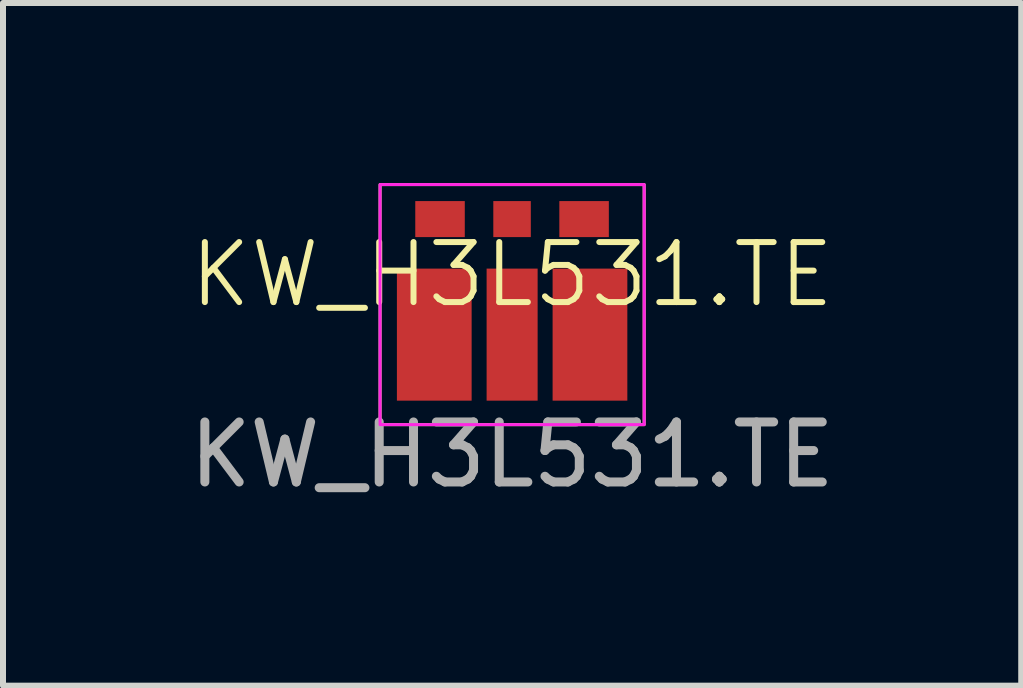
<source format=kicad_pcb>
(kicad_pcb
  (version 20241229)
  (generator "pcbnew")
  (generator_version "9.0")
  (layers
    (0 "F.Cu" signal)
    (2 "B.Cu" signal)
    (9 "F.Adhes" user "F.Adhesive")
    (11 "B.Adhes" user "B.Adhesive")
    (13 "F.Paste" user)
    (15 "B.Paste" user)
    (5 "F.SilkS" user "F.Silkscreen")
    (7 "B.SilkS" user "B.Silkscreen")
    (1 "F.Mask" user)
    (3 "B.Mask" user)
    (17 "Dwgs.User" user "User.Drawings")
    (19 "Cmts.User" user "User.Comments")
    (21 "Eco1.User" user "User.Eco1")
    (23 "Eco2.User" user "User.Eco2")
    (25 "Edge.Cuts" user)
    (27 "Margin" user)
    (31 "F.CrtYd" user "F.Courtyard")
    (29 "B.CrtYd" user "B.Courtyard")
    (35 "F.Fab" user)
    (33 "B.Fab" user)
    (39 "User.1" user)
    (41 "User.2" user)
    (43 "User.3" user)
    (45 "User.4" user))
  (footprint "KW_H3L531.TE"
    (layer "F.Cu")
    (at 5.482 2.025)
    (property "Reference" "KW_H3L531.TE" (at 0 -0.5 0) (unlocked yes) (layer "F.SilkS") (effects (font (size 1 1) (thickness 0.1))))
    (attr smd)
    (fp_rect (start -2.2 -2) (end 2.2 2) (stroke (width 0.05) (type default)) (fill no) (layer "F.SilkS"))
    (fp_rect (start -2.2 -2) (end 2.2 2) (stroke (width 0.05) (type default)) (fill no) (layer "F.CrtYd"))
    (fp_text user "${REFERENCE}" (at 0 2.5 0) (unlocked yes) (layer "F.Fab") (effects (font (size 1 1) (thickness 0.15))))
    (pad "1" smd rect (at 1.199 -1.425) (size 0.825 0.6) (layers "F.Cu" "F.Mask" "F.Paste"))
    (pad "2" smd rect (at -0.001 -1.425) (size 0.625 0.6) (layers "F.Cu" "F.Mask" "F.Paste"))
    (pad "3" smd rect (at -1.201 -1.425) (size 0.825 0.6) (layers "F.Cu" "F.Mask" "F.Paste"))
    (pad "4" smd rect (at -1.297 0.5) (size 1.245 2.2) (layers "F.Cu" "F.Mask" "F.Paste"))
    (pad "5" smd rect (at 0 0.5) (size 0.85 2.2) (layers "F.Cu" "F.Mask" "F.Paste"))
    (pad "6" smd rect (at 1.297 0.5) (size 1.245 2.2) (layers "F.Cu" "F.Mask" "F.Paste")))
  (gr_rect
    (start -3 -3)
    (end 13.964 8.373)
    (stroke (width 0.1) (type default))
    (fill no)
    (layer "Edge.Cuts")))
</source>
